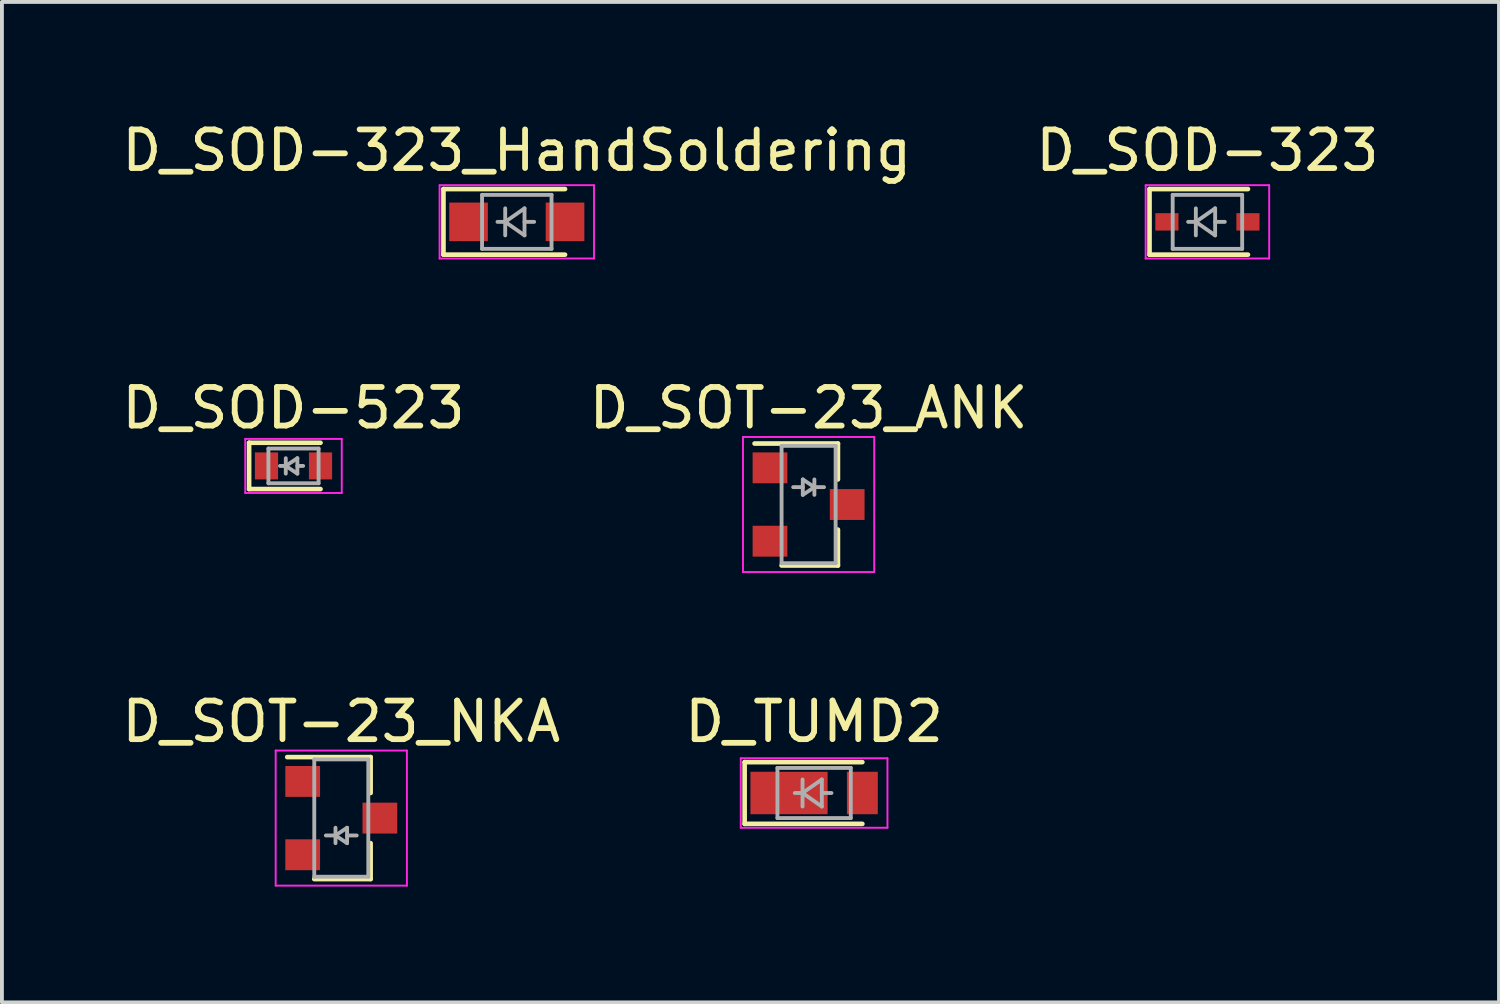
<source format=kicad_pcb>
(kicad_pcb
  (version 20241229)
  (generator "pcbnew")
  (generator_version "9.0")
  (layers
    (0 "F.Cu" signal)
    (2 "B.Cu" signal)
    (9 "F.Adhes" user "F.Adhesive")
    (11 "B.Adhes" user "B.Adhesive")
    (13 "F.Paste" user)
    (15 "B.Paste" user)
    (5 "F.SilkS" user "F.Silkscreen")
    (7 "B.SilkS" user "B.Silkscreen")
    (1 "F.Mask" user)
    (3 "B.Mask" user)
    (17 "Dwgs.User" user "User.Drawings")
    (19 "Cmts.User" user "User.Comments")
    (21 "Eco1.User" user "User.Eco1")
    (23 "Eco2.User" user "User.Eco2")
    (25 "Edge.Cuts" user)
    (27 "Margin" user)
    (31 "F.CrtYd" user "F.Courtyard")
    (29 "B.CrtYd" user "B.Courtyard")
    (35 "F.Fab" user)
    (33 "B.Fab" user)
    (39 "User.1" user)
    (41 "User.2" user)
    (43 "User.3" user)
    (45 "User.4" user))
  (footprint "D_SOD-523"
    (layer "F.Cu")
    (at 4.554 9.021)
    (property "Reference" "D_SOD-523" (at 0 -1.5 0) (layer "F.SilkS") (effects (font (size 1 1) (thickness 0.15))))
    (attr smd)
    (fp_line (start -1.15 -0.6) (end -1.15 0.6) (stroke (width 0.12) (type solid)) (layer "F.SilkS"))
    (fp_line (start 0.7 -0.6) (end -1.15 -0.6) (stroke (width 0.12) (type solid)) (layer "F.SilkS"))
    (fp_line (start 0.7 0.6) (end -1.15 0.6) (stroke (width 0.12) (type solid)) (layer "F.SilkS"))
    (fp_line (start -1.25 -0.7) (end 1.25 -0.7) (stroke (width 0.05) (type solid)) (layer "F.CrtYd"))
    (fp_line (start -1.25 0.7) (end -1.25 -0.7) (stroke (width 0.05) (type solid)) (layer "F.CrtYd"))
    (fp_line (start 1.25 -0.7) (end 1.25 0.7) (stroke (width 0.05) (type solid)) (layer "F.CrtYd"))
    (fp_line (start 1.25 0.7) (end -1.25 0.7) (stroke (width 0.05) (type solid)) (layer "F.CrtYd"))
    (fp_line (start -0.65 -0.45) (end 0.65 -0.45) (stroke (width 0.1) (type solid)) (layer "F.Fab"))
    (fp_line (start -0.65 0.45) (end -0.65 -0.45) (stroke (width 0.1) (type solid)) (layer "F.Fab"))
    (fp_line (start -0.2 0) (end -0.35 0) (stroke (width 0.1) (type solid)) (layer "F.Fab"))
    (fp_line (start -0.2 0) (end 0.1 0.2) (stroke (width 0.1) (type solid)) (layer "F.Fab"))
    (fp_line (start -0.2 0.2) (end -0.2 -0.2) (stroke (width 0.1) (type solid)) (layer "F.Fab"))
    (fp_line (start 0.1 -0.2) (end -0.2 0) (stroke (width 0.1) (type solid)) (layer "F.Fab"))
    (fp_line (start 0.1 0) (end 0.25 0) (stroke (width 0.1) (type solid)) (layer "F.Fab"))
    (fp_line (start 0.1 0.2) (end 0.1 -0.2) (stroke (width 0.1) (type solid)) (layer "F.Fab"))
    (fp_line (start 0.65 -0.45) (end 0.65 0.45) (stroke (width 0.1) (type solid)) (layer "F.Fab"))
    (fp_line (start 0.65 0.45) (end -0.65 0.45) (stroke (width 0.1) (type solid)) (layer "F.Fab"))
    (pad "1" smd rect (at -0.7 0 180) (size 0.6 0.7) (layers "F.Cu" "F.Mask" "F.Paste"))
    (pad "2" smd rect (at 0.7 0 180) (size 0.6 0.7) (layers "F.Cu" "F.Mask" "F.Paste")))
  (footprint "D_SOD-323"
    (layer "F.Cu")
    (at 28.232 2.698)
    (property "Reference" "D_SOD-323" (at 0 -1.85 0) (layer "F.SilkS") (effects (font (size 1 1) (thickness 0.15))))
    (attr smd)
    (fp_line (start -1.5 -0.85) (end -1.5 0.85) (stroke (width 0.12) (type solid)) (layer "F.SilkS"))
    (fp_line (start -1.5 -0.85) (end 1.05 -0.85) (stroke (width 0.12) (type solid)) (layer "F.SilkS"))
    (fp_line (start -1.5 0.85) (end 1.05 0.85) (stroke (width 0.12) (type solid)) (layer "F.SilkS"))
    (fp_line (start -1.6 -0.95) (end -1.6 0.95) (stroke (width 0.05) (type solid)) (layer "F.CrtYd"))
    (fp_line (start -1.6 -0.95) (end 1.6 -0.95) (stroke (width 0.05) (type solid)) (layer "F.CrtYd"))
    (fp_line (start -1.6 0.95) (end 1.6 0.95) (stroke (width 0.05) (type solid)) (layer "F.CrtYd"))
    (fp_line (start 1.6 -0.95) (end 1.6 0.95) (stroke (width 0.05) (type solid)) (layer "F.CrtYd"))
    (fp_line (start -0.9 -0.7) (end 0.9 -0.7) (stroke (width 0.1) (type solid)) (layer "F.Fab"))
    (fp_line (start -0.9 0.7) (end -0.9 -0.7) (stroke (width 0.1) (type solid)) (layer "F.Fab"))
    (fp_line (start -0.3 -0.35) (end -0.3 0.35) (stroke (width 0.1) (type solid)) (layer "F.Fab"))
    (fp_line (start -0.3 0) (end -0.5 0) (stroke (width 0.1) (type solid)) (layer "F.Fab"))
    (fp_line (start -0.3 0) (end 0.2 -0.35) (stroke (width 0.1) (type solid)) (layer "F.Fab"))
    (fp_line (start 0.2 -0.35) (end 0.2 0.35) (stroke (width 0.1) (type solid)) (layer "F.Fab"))
    (fp_line (start 0.2 0) (end 0.45 0) (stroke (width 0.1) (type solid)) (layer "F.Fab"))
    (fp_line (start 0.2 0.35) (end -0.3 0) (stroke (width 0.1) (type solid)) (layer "F.Fab"))
    (fp_line (start 0.9 -0.7) (end 0.9 0.7) (stroke (width 0.1) (type solid)) (layer "F.Fab"))
    (fp_line (start 0.9 0.7) (end -0.9 0.7) (stroke (width 0.1) (type solid)) (layer "F.Fab"))
    (pad "1" smd rect (at -1.05 0) (size 0.6 0.45) (layers "F.Cu" "F.Mask" "F.Paste"))
    (pad "2" smd rect (at 1.05 0) (size 0.6 0.45) (layers "F.Cu" "F.Mask" "F.Paste")))
  (footprint "D_TUMD2"
    (layer "F.Cu")
    (at 18.342 17.495)
    (property "Reference" "D_TUMD2" (at -0.3 -1.85 0) (layer "F.SilkS") (effects (font (size 1 1) (thickness 0.15))))
    (attr smd)
    (fp_line (start -2.1 -0.8) (end 0.95 -0.8) (stroke (width 0.12) (type solid)) (layer "F.SilkS"))
    (fp_line (start -2.1 0.8) (end -2.1 -0.8) (stroke (width 0.12) (type solid)) (layer "F.SilkS"))
    (fp_line (start 0.95 0.8) (end -2.1 0.8) (stroke (width 0.12) (type solid)) (layer "F.SilkS"))
    (fp_line (start -2.2 -0.9) (end 1.6 -0.9) (stroke (width 0.05) (type solid)) (layer "F.CrtYd"))
    (fp_line (start -2.2 0.9) (end -2.2 -0.9) (stroke (width 0.05) (type solid)) (layer "F.CrtYd"))
    (fp_line (start 1.6 -0.9) (end 1.6 0.9) (stroke (width 0.05) (type solid)) (layer "F.CrtYd"))
    (fp_line (start 1.6 0.9) (end -2.2 0.9) (stroke (width 0.05) (type solid)) (layer "F.CrtYd"))
    (fp_line (start -1.25 -0.65) (end 0.65 -0.65) (stroke (width 0.1) (type solid)) (layer "F.Fab"))
    (fp_line (start -1.25 0.65) (end -1.25 -0.65) (stroke (width 0.1) (type solid)) (layer "F.Fab"))
    (fp_line (start -0.6 -0.35) (end -0.6 0.35) (stroke (width 0.1) (type solid)) (layer "F.Fab"))
    (fp_line (start -0.6 0) (end -0.8 0) (stroke (width 0.1) (type solid)) (layer "F.Fab"))
    (fp_line (start -0.6 0) (end -0.1 -0.35) (stroke (width 0.1) (type solid)) (layer "F.Fab"))
    (fp_line (start -0.1 -0.35) (end -0.1 0.35) (stroke (width 0.1) (type solid)) (layer "F.Fab"))
    (fp_line (start -0.1 0) (end 0.15 0) (stroke (width 0.1) (type solid)) (layer "F.Fab"))
    (fp_line (start -0.1 0.35) (end -0.6 0) (stroke (width 0.1) (type solid)) (layer "F.Fab"))
    (fp_line (start 0.65 -0.65) (end 0.65 0.65) (stroke (width 0.1) (type solid)) (layer "F.Fab"))
    (fp_line (start 0.65 0.65) (end -1.25 0.65) (stroke (width 0.1) (type solid)) (layer "F.Fab"))
    (pad "1" smd rect (at -0.95 0 180) (size 2 1.1) (layers "F.Cu" "F.Mask" "F.Paste"))
    (pad "2" smd rect (at 0.95 0 180) (size 0.8 1.1) (layers "F.Cu" "F.Mask" "F.Paste")))
  (footprint "D_SOD-323_HandSoldering"
    (layer "F.Cu")
    (at 10.339 2.698)
    (property "Reference" "D_SOD-323_HandSoldering" (at 0 -1.85 0) (layer "F.SilkS") (effects (font (size 1 1) (thickness 0.15))))
    (attr smd)
    (fp_line (start -1.9 -0.85) (end -1.9 0.85) (stroke (width 0.12) (type solid)) (layer "F.SilkS"))
    (fp_line (start -1.9 -0.85) (end 1.25 -0.85) (stroke (width 0.12) (type solid)) (layer "F.SilkS"))
    (fp_line (start -1.9 0.85) (end 1.25 0.85) (stroke (width 0.12) (type solid)) (layer "F.SilkS"))
    (fp_line (start -2 -0.95) (end -2 0.95) (stroke (width 0.05) (type solid)) (layer "F.CrtYd"))
    (fp_line (start -2 -0.95) (end 2 -0.95) (stroke (width 0.05) (type solid)) (layer "F.CrtYd"))
    (fp_line (start -2 0.95) (end 2 0.95) (stroke (width 0.05) (type solid)) (layer "F.CrtYd"))
    (fp_line (start 2 -0.95) (end 2 0.95) (stroke (width 0.05) (type solid)) (layer "F.CrtYd"))
    (fp_line (start -0.9 -0.7) (end 0.9 -0.7) (stroke (width 0.1) (type solid)) (layer "F.Fab"))
    (fp_line (start -0.9 0.7) (end -0.9 -0.7) (stroke (width 0.1) (type solid)) (layer "F.Fab"))
    (fp_line (start -0.3 -0.35) (end -0.3 0.35) (stroke (width 0.1) (type solid)) (layer "F.Fab"))
    (fp_line (start -0.3 0) (end -0.5 0) (stroke (width 0.1) (type solid)) (layer "F.Fab"))
    (fp_line (start -0.3 0) (end 0.2 -0.35) (stroke (width 0.1) (type solid)) (layer "F.Fab"))
    (fp_line (start 0.2 -0.35) (end 0.2 0.35) (stroke (width 0.1) (type solid)) (layer "F.Fab"))
    (fp_line (start 0.2 0) (end 0.45 0) (stroke (width 0.1) (type solid)) (layer "F.Fab"))
    (fp_line (start 0.2 0.35) (end -0.3 0) (stroke (width 0.1) (type solid)) (layer "F.Fab"))
    (fp_line (start 0.9 -0.7) (end 0.9 0.7) (stroke (width 0.1) (type solid)) (layer "F.Fab"))
    (fp_line (start 0.9 0.7) (end -0.9 0.7) (stroke (width 0.1) (type solid)) (layer "F.Fab"))
    (pad "1" smd rect (at -1.25 0) (size 1 1) (layers "F.Cu" "F.Mask" "F.Paste"))
    (pad "2" smd rect (at 1.25 0) (size 1 1) (layers "F.Cu" "F.Mask" "F.Paste")))
  (footprint "D_SOT-23_NKA"
    (layer "F.Cu")
    (at 5.792 18.145)
    (property "Reference" "D_SOT-23_NKA" (at 0 -2.5 0) (layer "F.SilkS") (effects (font (size 1 1) (thickness 0.15))))
    (attr smd)
    (fp_line (start 0.76 -1.58) (end -1.4 -1.58) (stroke (width 0.12) (type solid)) (layer "F.SilkS"))
    (fp_line (start 0.76 -1.58) (end 0.76 -0.65) (stroke (width 0.12) (type solid)) (layer "F.SilkS"))
    (fp_line (start 0.76 1.58) (end -0.7 1.58) (stroke (width 0.12) (type solid)) (layer "F.SilkS"))
    (fp_line (start 0.76 1.58) (end 0.76 0.65) (stroke (width 0.12) (type solid)) (layer "F.SilkS"))
    (fp_line (start -1.7 -1.75) (end 1.7 -1.75) (stroke (width 0.05) (type solid)) (layer "F.CrtYd"))
    (fp_line (start -1.7 1.75) (end -1.7 -1.75) (stroke (width 0.05) (type solid)) (layer "F.CrtYd"))
    (fp_line (start 1.7 -1.75) (end 1.7 1.75) (stroke (width 0.05) (type solid)) (layer "F.CrtYd"))
    (fp_line (start 1.7 1.75) (end -1.7 1.75) (stroke (width 0.05) (type solid)) (layer "F.CrtYd"))
    (fp_line (start -0.7 -1.52) (end -0.7 1.52) (stroke (width 0.1) (type solid)) (layer "F.Fab"))
    (fp_line (start -0.7 -1.52) (end 0.7 -1.52) (stroke (width 0.1) (type solid)) (layer "F.Fab"))
    (fp_line (start -0.7 1.52) (end 0.7 1.52) (stroke (width 0.1) (type solid)) (layer "F.Fab"))
    (fp_line (start -0.15 0.45) (end -0.4 0.45) (stroke (width 0.1) (type solid)) (layer "F.Fab"))
    (fp_line (start -0.15 0.45) (end 0.15 0.65) (stroke (width 0.1) (type solid)) (layer "F.Fab"))
    (fp_line (start -0.15 0.65) (end -0.15 0.25) (stroke (width 0.1) (type solid)) (layer "F.Fab"))
    (fp_line (start 0.15 0.25) (end -0.15 0.45) (stroke (width 0.1) (type solid)) (layer "F.Fab"))
    (fp_line (start 0.15 0.45) (end 0.4 0.45) (stroke (width 0.1) (type solid)) (layer "F.Fab"))
    (fp_line (start 0.15 0.65) (end 0.15 0.25) (stroke (width 0.1) (type solid)) (layer "F.Fab"))
    (fp_line (start 0.7 -1.52) (end 0.7 1.52) (stroke (width 0.1) (type solid)) (layer "F.Fab"))
    (pad "" smd rect (at -1 -0.95) (size 0.9 0.8) (layers "F.Cu" "F.Mask" "F.Paste"))
    (pad "1" smd rect (at -1 0.95) (size 0.9 0.8) (layers "F.Cu" "F.Mask" "F.Paste"))
    (pad "2" smd rect (at 1 0) (size 0.9 0.8) (layers "F.Cu" "F.Mask" "F.Paste")))
  (footprint "D_SOT-23_ANK"
    (layer "F.Cu")
    (at 17.899 10.021)
    (property "Reference" "D_SOT-23_ANK" (at 0 -2.5 0) (layer "F.SilkS") (effects (font (size 1 1) (thickness 0.15))))
    (attr smd)
    (fp_line (start 0.76 -1.58) (end -1.4 -1.58) (stroke (width 0.12) (type solid)) (layer "F.SilkS"))
    (fp_line (start 0.76 -1.58) (end 0.76 -0.65) (stroke (width 0.12) (type solid)) (layer "F.SilkS"))
    (fp_line (start 0.76 1.58) (end -0.7 1.58) (stroke (width 0.12) (type solid)) (layer "F.SilkS"))
    (fp_line (start 0.76 1.58) (end 0.76 0.65) (stroke (width 0.12) (type solid)) (layer "F.SilkS"))
    (fp_line (start -1.7 -1.75) (end 1.7 -1.75) (stroke (width 0.05) (type solid)) (layer "F.CrtYd"))
    (fp_line (start -1.7 1.75) (end -1.7 -1.75) (stroke (width 0.05) (type solid)) (layer "F.CrtYd"))
    (fp_line (start 1.7 -1.75) (end 1.7 1.75) (stroke (width 0.05) (type solid)) (layer "F.CrtYd"))
    (fp_line (start 1.7 1.75) (end -1.7 1.75) (stroke (width 0.05) (type solid)) (layer "F.CrtYd"))
    (fp_line (start -0.7 -1.52) (end -0.7 1.52) (stroke (width 0.1) (type solid)) (layer "F.Fab"))
    (fp_line (start -0.7 -1.52) (end 0.7 -1.52) (stroke (width 0.1) (type solid)) (layer "F.Fab"))
    (fp_line (start -0.7 1.52) (end 0.7 1.52) (stroke (width 0.1) (type solid)) (layer "F.Fab"))
    (fp_line (start -0.15 -0.65) (end -0.15 -0.25) (stroke (width 0.1) (type solid)) (layer "F.Fab"))
    (fp_line (start -0.15 -0.45) (end -0.4 -0.45) (stroke (width 0.1) (type solid)) (layer "F.Fab"))
    (fp_line (start -0.15 -0.25) (end 0.15 -0.45) (stroke (width 0.1) (type solid)) (layer "F.Fab"))
    (fp_line (start 0.15 -0.65) (end 0.15 -0.25) (stroke (width 0.1) (type solid)) (layer "F.Fab"))
    (fp_line (start 0.15 -0.45) (end -0.15 -0.65) (stroke (width 0.1) (type solid)) (layer "F.Fab"))
    (fp_line (start 0.15 -0.45) (end 0.4 -0.45) (stroke (width 0.1) (type solid)) (layer "F.Fab"))
    (fp_line (start 0.7 -1.52) (end 0.7 1.52) (stroke (width 0.1) (type solid)) (layer "F.Fab"))
    (pad "" smd rect (at -1 0.95) (size 0.9 0.8) (layers "F.Cu" "F.Mask" "F.Paste"))
    (pad "1" smd rect (at 1 0) (size 0.9 0.8) (layers "F.Cu" "F.Mask" "F.Paste"))
    (pad "2" smd rect (at -1 -0.95) (size 0.9 0.8) (layers "F.Cu" "F.Mask" "F.Paste")))
  (gr_rect
    (start -3 -3)
    (end 35.786 22.92)
    (stroke (width 0.1) (type default))
    (fill no)
    (layer "Edge.Cuts")))
</source>
